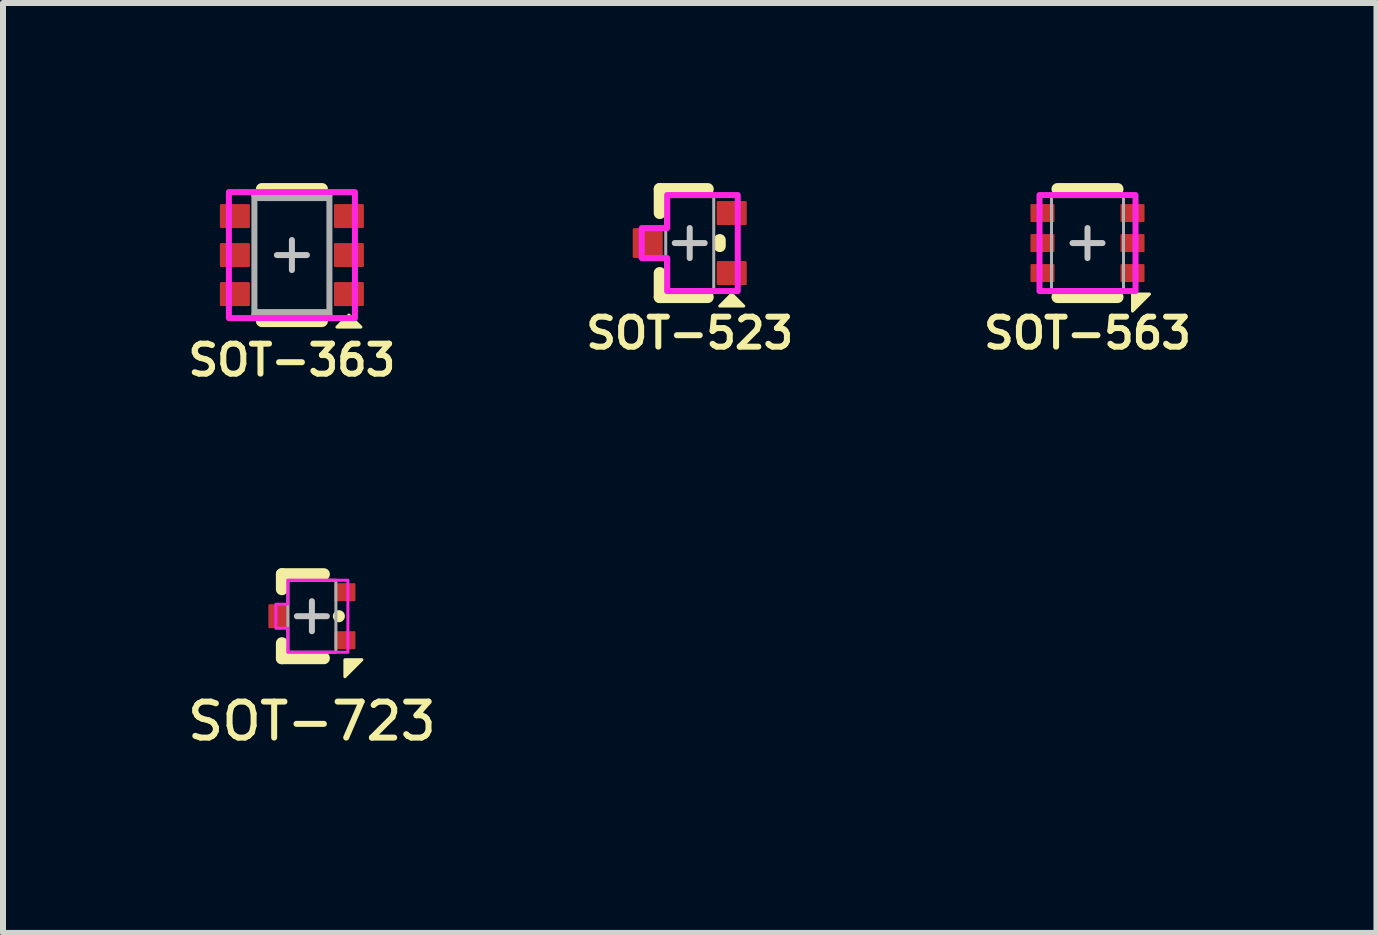
<source format=kicad_pcb>
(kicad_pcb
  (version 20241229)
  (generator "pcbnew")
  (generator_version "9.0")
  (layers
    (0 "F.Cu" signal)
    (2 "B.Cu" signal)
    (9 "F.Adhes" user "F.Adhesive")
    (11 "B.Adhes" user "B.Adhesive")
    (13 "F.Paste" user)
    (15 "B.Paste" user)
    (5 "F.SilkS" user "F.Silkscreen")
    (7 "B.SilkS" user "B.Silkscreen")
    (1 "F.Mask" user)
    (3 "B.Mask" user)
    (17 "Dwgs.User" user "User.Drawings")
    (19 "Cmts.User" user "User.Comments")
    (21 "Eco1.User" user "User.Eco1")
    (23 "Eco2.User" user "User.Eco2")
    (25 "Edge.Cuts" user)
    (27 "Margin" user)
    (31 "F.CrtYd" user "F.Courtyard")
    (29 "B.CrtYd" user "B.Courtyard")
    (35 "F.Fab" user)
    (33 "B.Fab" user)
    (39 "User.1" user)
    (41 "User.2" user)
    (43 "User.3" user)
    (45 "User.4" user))
  (footprint "SOT-523"
    (layer "F.Cu")
    (at 8.443 1)
    (property "Reference" "SOT-523" (at 0 1.5 0) (unlocked yes) (layer "F.SilkS") (effects (font (size 0.5 0.5) (thickness 0.1))))
    (attr smd)
    (fp_line (start -0.5 -0.9) (end 0.3 -0.9) (stroke (width 0.2) (type solid)) (layer "F.SilkS"))
    (fp_line (start -0.5 -0.5) (end -0.5 -0.9) (stroke (width 0.2) (type solid)) (layer "F.SilkS"))
    (fp_line (start -0.5 0.5) (end -0.5 0.9) (stroke (width 0.2) (type solid)) (layer "F.SilkS"))
    (fp_line (start -0.5 0.9) (end 0.3 0.9) (stroke (width 0.2) (type solid)) (layer "F.SilkS"))
    (fp_line (start 0.5 -0.05) (end 0.5 0.05) (stroke (width 0.2) (type solid)) (layer "F.SilkS"))
    (fp_poly (pts (xy 0.5 1.05) (xy 0.7 0.85) (xy 0.9 1.05)) (stroke (width 0.05) (type solid)) (fill yes) (layer "F.SilkS"))
    (fp_line (start -0.25 0) (end 0.25 0) (stroke (width 0.1) (type solid)) (layer "Dwgs.User"))
    (fp_line (start 0 -0.25) (end 0 0.25) (stroke (width 0.1) (type solid)) (layer "Dwgs.User"))
    (fp_poly (pts (xy 0.8 0.8) (xy -0.375 0.8) (xy -0.375 0.25) (xy -0.8 0.25) (xy -0.8 -0.25) (xy -0.375 -0.25) (xy -0.375 -0.8) (xy 0.8 -0.8)) (stroke (width 0.1) (type solid)) (fill no) (layer "F.CrtYd"))
    (fp_line (start -0.4 -0.8) (end -0.4 0.8) (stroke (width 0.05) (type solid)) (layer "F.Fab"))
    (fp_line (start -0.375 -0.8) (end 0.375 -0.8) (stroke (width 0.1) (type solid)) (layer "F.Fab"))
    (fp_line (start -0.375 0.8) (end 0.375 0.8) (stroke (width 0.1) (type solid)) (layer "F.Fab"))
    (fp_line (start 0.4 -0.8) (end 0.4 0.8) (stroke (width 0.05) (type solid)) (layer "F.Fab"))
    (pad "1" smd roundrect (at 0.7 0.5) (size 0.5 0.4) (layers "F.Cu" "F.Mask" "F.Paste") (roundrect_rratio 0.05))
    (pad "2" smd roundrect (at 0.7 -0.5) (size 0.5 0.4) (layers "F.Cu" "F.Mask" "F.Paste") (roundrect_rratio 0.05))
    (pad "3" smd roundrect (at -0.7 0) (size 0.5 0.5) (layers "F.Cu" "F.Mask" "F.Paste") (roundrect_rratio 0.05)))
  (footprint "SOT-563"
    (layer "F.Cu")
    (at 15.071 1)
    (property "Reference" "SOT-563" (at 0 1.5 0) (unlocked yes) (layer "F.SilkS") (effects (font (size 0.5 0.5) (thickness 0.1))))
    (attr smd)
    (fp_line (start 0.5 -0.9) (end -0.5 -0.9) (stroke (width 0.2) (type solid)) (layer "F.SilkS"))
    (fp_line (start 0.5 0.9) (end -0.5 0.9) (stroke (width 0.2) (type solid)) (layer "F.SilkS"))
    (fp_poly (pts (xy 0.75 1.133) (xy 0.75 0.85) (xy 1.033 0.85)) (stroke (width 0.05) (type solid)) (fill yes) (layer "F.SilkS"))
    (fp_line (start 0 0.25) (end 0 -0.25) (stroke (width 0.1) (type solid)) (layer "Dwgs.User"))
    (fp_line (start 0.25 0) (end -0.25 0) (stroke (width 0.1) (type solid)) (layer "Dwgs.User"))
    (fp_rect (start -0.8 -0.8) (end 0.8 0.8) (stroke (width 0.1) (type solid)) (fill no) (layer "F.CrtYd"))
    (fp_line (start -0.6 -0.8) (end -0.6 0.8) (stroke (width 0.05) (type solid)) (layer "F.Fab"))
    (fp_line (start -0.575 -0.8) (end 0.575 -0.8) (stroke (width 0.1) (type solid)) (layer "F.Fab"))
    (fp_line (start -0.575 0.8) (end 0.575 0.8) (stroke (width 0.1) (type solid)) (layer "F.Fab"))
    (fp_line (start 0.6 -0.8) (end 0.6 0.8) (stroke (width 0.05) (type solid)) (layer "F.Fab"))
    (pad "1" smd roundrect (at 0.75 0.5) (size 0.4 0.3) (layers "F.Cu" "F.Mask" "F.Paste") (roundrect_rratio 0.05))
    (pad "2" smd roundrect (at 0.75 0) (size 0.4 0.3) (layers "F.Cu" "F.Mask" "F.Paste") (roundrect_rratio 0.05))
    (pad "3" smd roundrect (at 0.75 -0.5) (size 0.4 0.3) (layers "F.Cu" "F.Mask" "F.Paste") (roundrect_rratio 0.05))
    (pad "4" smd roundrect (at -0.75 -0.5) (size 0.4 0.3) (layers "F.Cu" "F.Mask" "F.Paste") (roundrect_rratio 0.05))
    (pad "5" smd roundrect (at -0.75 0) (size 0.4 0.3) (layers "F.Cu" "F.Mask" "F.Paste") (roundrect_rratio 0.05))
    (pad "6" smd roundrect (at -0.75 0.5) (size 0.4 0.3) (layers "F.Cu" "F.Mask" "F.Paste") (roundrect_rratio 0.05)))
  (footprint "SOT-363"
    (layer "F.Cu")
    (at 1.814 1.2)
    (property "Reference" "SOT-363" (at 0 1.75 0) (unlocked yes) (layer "F.SilkS") (effects (font (size 0.5 0.5) (thickness 0.1) (bold yes))))
    (attr smd)
    (fp_line (start 0.5 -1.1) (end -0.5 -1.1) (stroke (width 0.2) (type solid)) (layer "F.SilkS"))
    (fp_line (start 0.5 1.1) (end -0.5 1.1) (stroke (width 0.2) (type solid)) (layer "F.SilkS"))
    (fp_poly (pts (xy 0.75 1.2) (xy 0.95 1) (xy 1.15 1.2)) (stroke (width 0.05) (type solid)) (fill yes) (layer "F.SilkS"))
    (fp_line (start 0 0.25) (end 0 -0.25) (stroke (width 0.1) (type solid)) (layer "Dwgs.User"))
    (fp_line (start 0.25 0) (end -0.25 0) (stroke (width 0.1) (type solid)) (layer "Dwgs.User"))
    (fp_rect (start -1.05 -1.05) (end 1.05 1.05) (stroke (width 0.1) (type solid)) (fill no) (layer "F.CrtYd"))
    (fp_line (start -0.625 -1) (end -0.625 1) (stroke (width 0.1) (type solid)) (layer "F.Fab"))
    (fp_line (start -0.575 -1) (end 0.575 -1) (stroke (width 0.2) (type solid)) (layer "F.Fab"))
    (fp_line (start -0.575 1) (end 0.575 1) (stroke (width 0.2) (type solid)) (layer "F.Fab"))
    (fp_line (start 0.625 1) (end 0.625 -1) (stroke (width 0.1) (type solid)) (layer "F.Fab"))
    (pad "1" smd roundrect (at 0.95 0.65) (size 0.5 0.4) (layers "F.Cu" "F.Mask" "F.Paste") (roundrect_rratio 0.05))
    (pad "2" smd roundrect (at 0.95 0) (size 0.5 0.4) (layers "F.Cu" "F.Mask" "F.Paste") (roundrect_rratio 0.05))
    (pad "3" smd roundrect (at 0.95 -0.65) (size 0.5 0.4) (layers "F.Cu" "F.Mask" "F.Paste") (roundrect_rratio 0.05))
    (pad "4" smd roundrect (at -0.95 -0.65) (size 0.5 0.4) (layers "F.Cu" "F.Mask" "F.Paste") (roundrect_rratio 0.05))
    (pad "5" smd roundrect (at -0.95 0) (size 0.5 0.4) (layers "F.Cu" "F.Mask" "F.Paste") (roundrect_rratio 0.05))
    (pad "6" smd roundrect (at -0.95 0.65) (size 0.5 0.4) (layers "F.Cu" "F.Mask" "F.Paste") (roundrect_rratio 0.05)))
  (footprint "SOT-723"
    (layer "F.Cu")
    (at 2.147 7.218)
    (property "Reference" "SOT-723" (at 0 1.75 0) (unlocked yes) (layer "F.SilkS") (effects (font (size 0.6 0.6) (thickness 0.1))))
    (attr smd)
    (fp_line (start -0.5 -0.7) (end 0.2 -0.7) (stroke (width 0.2) (type solid)) (layer "F.SilkS"))
    (fp_line (start -0.5 -0.45) (end -0.5 -0.7) (stroke (width 0.2) (type solid)) (layer "F.SilkS"))
    (fp_line (start -0.5 0.45) (end -0.5 0.7) (stroke (width 0.2) (type solid)) (layer "F.SilkS"))
    (fp_line (start -0.5 0.7) (end 0.2 0.7) (stroke (width 0.2) (type solid)) (layer "F.SilkS"))
    (fp_line (start 0.45 0) (end 0.45 0) (stroke (width 0.2) (type solid)) (layer "F.SilkS"))
    (fp_poly (pts (xy 0.55 1.008) (xy 0.55 0.725) (xy 0.833 0.725)) (stroke (width 0.05) (type solid)) (fill yes) (layer "F.SilkS"))
    (fp_line (start -0.25 0) (end 0.25 0) (stroke (width 0.1) (type solid)) (layer "Dwgs.User"))
    (fp_line (start 0 -0.25) (end 0 0.25) (stroke (width 0.1) (type solid)) (layer "Dwgs.User"))
    (fp_poly (pts (xy 0.6 0.6) (xy -0.4 0.6) (xy -0.4 0.2) (xy -0.6 0.2) (xy -0.6 -0.2) (xy -0.4 -0.2) (xy -0.4 -0.6) (xy 0.6 -0.6)) (stroke (width 0.05) (type solid)) (fill no) (layer "F.CrtYd"))
    (fp_rect (start -0.4 -0.6) (end 0.4 0.6) (stroke (width 0.05) (type solid)) (fill no) (layer "F.Fab"))
    (pad "1" smd roundrect (at 0.55 0.4) (size 0.35 0.3) (layers "F.Cu" "F.Mask" "F.Paste") (roundrect_rratio 0.05))
    (pad "2" smd roundrect (at 0.55 -0.4) (size 0.35 0.3) (layers "F.Cu" "F.Mask" "F.Paste") (roundrect_rratio 0.05))
    (pad "3" smd roundrect (at -0.55 0 90) (size 0.4 0.35) (layers "F.Cu" "F.Mask" "F.Paste") (roundrect_rratio 0.05)))
  (gr_rect
    (start -3 -3)
    (end 19.886 12.495)
    (stroke (width 0.1) (type default))
    (fill no)
    (layer "Edge.Cuts")))
</source>
